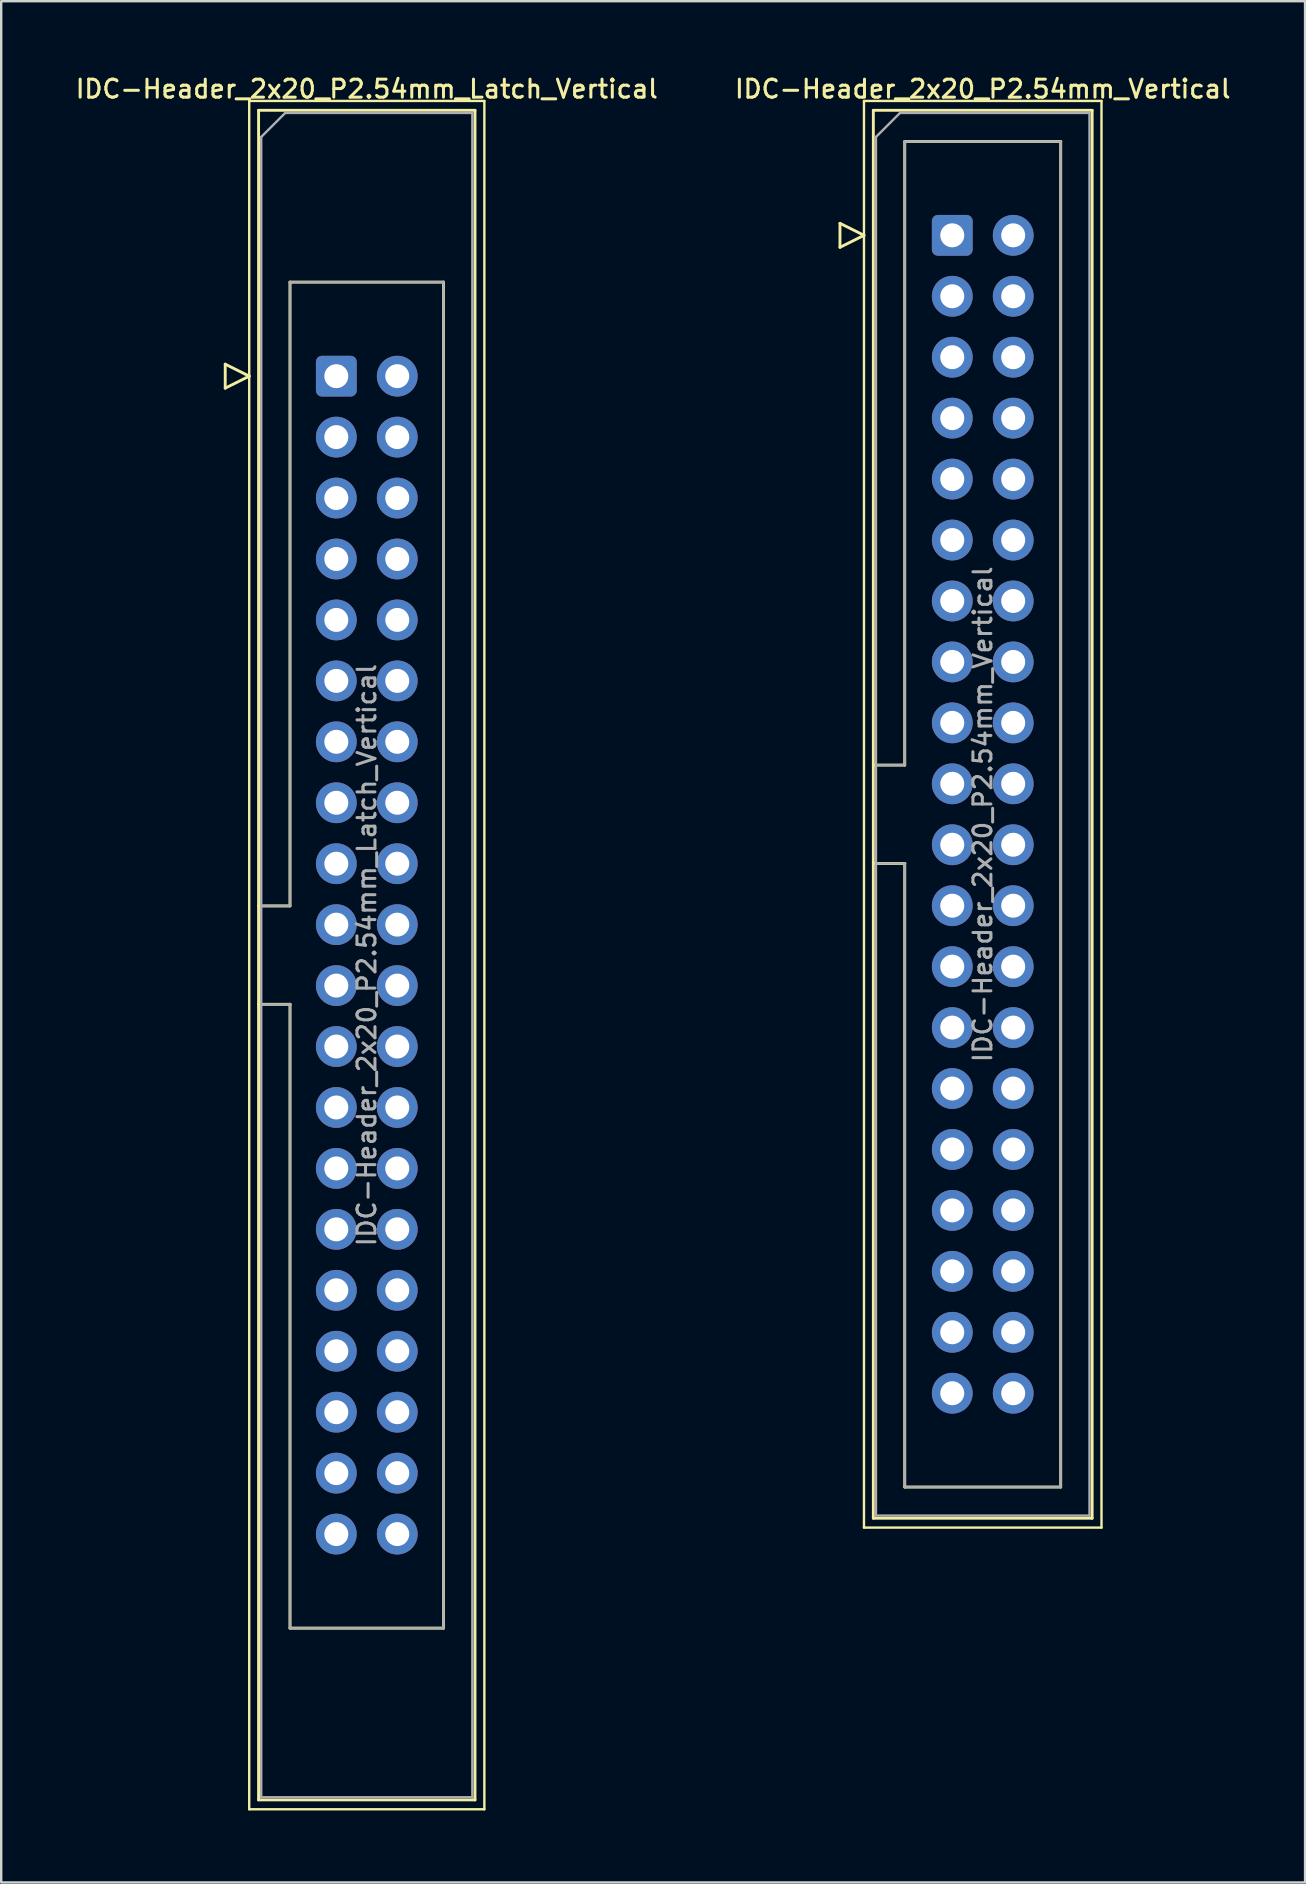
<source format=kicad_pcb>
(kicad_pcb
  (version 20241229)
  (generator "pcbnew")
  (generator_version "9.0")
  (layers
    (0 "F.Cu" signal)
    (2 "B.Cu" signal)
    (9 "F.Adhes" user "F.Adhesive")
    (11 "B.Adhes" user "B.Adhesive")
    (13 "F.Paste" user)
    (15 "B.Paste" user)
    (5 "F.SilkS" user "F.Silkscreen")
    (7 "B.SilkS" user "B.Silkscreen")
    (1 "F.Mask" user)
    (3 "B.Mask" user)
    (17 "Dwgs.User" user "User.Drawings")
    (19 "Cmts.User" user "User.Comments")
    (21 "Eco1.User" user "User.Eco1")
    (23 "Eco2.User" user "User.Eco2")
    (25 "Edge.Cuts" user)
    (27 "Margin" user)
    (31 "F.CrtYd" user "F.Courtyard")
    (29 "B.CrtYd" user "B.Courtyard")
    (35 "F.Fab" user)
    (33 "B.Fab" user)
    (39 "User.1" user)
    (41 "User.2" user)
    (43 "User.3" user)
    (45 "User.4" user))
  (footprint "IDC-Header_2x20_P2.54mm_Latch_Vertical"
    (layer "F.Cu")
    (at 10.967 12.628)
    (property "Reference" "IDC-Header_2x20_P2.54mm_Latch_Vertical" (at 1.27 -11.97 0) (layer "F.SilkS") (effects (font (size 0.75 0.75) (thickness 0.125))))
    (attr through_hole)
    (fp_line (start -4.63 -0.5) (end -4.63 0.5) (stroke (width 0.12) (type solid)) (layer "F.SilkS"))
    (fp_line (start -4.63 0.5) (end -3.63 0) (stroke (width 0.12) (type solid)) (layer "F.SilkS"))
    (fp_line (start -3.63 -11.47) (end -3.63 59.73) (stroke (width 0.1) (type solid)) (layer "F.SilkS"))
    (fp_line (start -3.63 0) (end -4.63 -0.5) (stroke (width 0.12) (type solid)) (layer "F.SilkS"))
    (fp_line (start -3.63 59.73) (end 6.17 59.73) (stroke (width 0.1) (type solid)) (layer "F.SilkS"))
    (fp_line (start -3.24 -11.08) (end 5.78 -11.08) (stroke (width 0.12) (type solid)) (layer "F.SilkS"))
    (fp_line (start -3.24 22.08) (end -1.93 22.08) (stroke (width 0.12) (type solid)) (layer "F.SilkS"))
    (fp_line (start -3.24 59.34) (end -3.24 -11.08) (stroke (width 0.12) (type solid)) (layer "F.SilkS"))
    (fp_line (start -1.93 -3.92) (end 4.47 -3.92) (stroke (width 0.12) (type solid)) (layer "F.SilkS"))
    (fp_line (start -1.93 22.08) (end -1.93 -3.92) (stroke (width 0.12) (type solid)) (layer "F.SilkS"))
    (fp_line (start -1.93 26.18) (end -3.24 26.18) (stroke (width 0.12) (type solid)) (layer "F.SilkS"))
    (fp_line (start -1.93 26.18) (end -1.93 26.18) (stroke (width 0.12) (type solid)) (layer "F.SilkS"))
    (fp_line (start -1.93 52.18) (end -1.93 26.18) (stroke (width 0.12) (type solid)) (layer "F.SilkS"))
    (fp_line (start 4.47 -3.92) (end 4.47 52.18) (stroke (width 0.12) (type solid)) (layer "F.SilkS"))
    (fp_line (start 4.47 52.18) (end -1.93 52.18) (stroke (width 0.12) (type solid)) (layer "F.SilkS"))
    (fp_line (start 5.78 -11.08) (end 5.78 59.34) (stroke (width 0.12) (type solid)) (layer "F.SilkS"))
    (fp_line (start 5.78 59.34) (end -3.24 59.34) (stroke (width 0.12) (type solid)) (layer "F.SilkS"))
    (fp_line (start 6.17 -11.47) (end -3.63 -11.47) (stroke (width 0.1) (type solid)) (layer "F.SilkS"))
    (fp_line (start 6.17 59.73) (end 6.17 -11.47) (stroke (width 0.1) (type solid)) (layer "F.SilkS"))
    (fp_line (start -3.13 -9.97) (end -2.13 -10.97) (stroke (width 0.1) (type solid)) (layer "F.Fab"))
    (fp_line (start -3.13 22.08) (end -1.93 22.08) (stroke (width 0.1) (type solid)) (layer "F.Fab"))
    (fp_line (start -3.13 59.23) (end -3.13 -9.97) (stroke (width 0.1) (type solid)) (layer "F.Fab"))
    (fp_line (start -2.13 -10.97) (end 5.67 -10.97) (stroke (width 0.1) (type solid)) (layer "F.Fab"))
    (fp_line (start -1.93 -3.92) (end 4.47 -3.92) (stroke (width 0.1) (type solid)) (layer "F.Fab"))
    (fp_line (start -1.93 22.08) (end -1.93 -3.92) (stroke (width 0.1) (type solid)) (layer "F.Fab"))
    (fp_line (start -1.93 26.18) (end -3.13 26.18) (stroke (width 0.1) (type solid)) (layer "F.Fab"))
    (fp_line (start -1.93 26.18) (end -1.93 26.18) (stroke (width 0.1) (type solid)) (layer "F.Fab"))
    (fp_line (start -1.93 52.18) (end -1.93 26.18) (stroke (width 0.1) (type solid)) (layer "F.Fab"))
    (fp_line (start 4.47 -3.92) (end 4.47 52.18) (stroke (width 0.1) (type solid)) (layer "F.Fab"))
    (fp_line (start 4.47 52.18) (end -1.93 52.18) (stroke (width 0.1) (type solid)) (layer "F.Fab"))
    (fp_line (start 5.67 -10.97) (end 5.67 59.23) (stroke (width 0.1) (type solid)) (layer "F.Fab"))
    (fp_line (start 5.67 59.23) (end -3.13 59.23) (stroke (width 0.1) (type solid)) (layer "F.Fab"))
    (fp_text user "${REFERENCE}" (at 1.27 24.13 90) (layer "F.Fab") (effects (font (size 0.75 0.75) (thickness 0.125))))
    (pad "1" thru_hole roundrect (at 0 0) (size 1.7 1.7) (drill 1) (layers "*.Cu" "*.Mask") (roundrect_rratio 0.147))
    (pad "2" thru_hole circle (at 2.54 0) (size 1.7 1.7) (drill 1) (layers "*.Cu" "*.Mask"))
    (pad "3" thru_hole circle (at 0 2.54) (size 1.7 1.7) (drill 1) (layers "*.Cu" "*.Mask"))
    (pad "4" thru_hole circle (at 2.54 2.54) (size 1.7 1.7) (drill 1) (layers "*.Cu" "*.Mask"))
    (pad "5" thru_hole circle (at 0 5.08) (size 1.7 1.7) (drill 1) (layers "*.Cu" "*.Mask"))
    (pad "6" thru_hole circle (at 2.54 5.08) (size 1.7 1.7) (drill 1) (layers "*.Cu" "*.Mask"))
    (pad "7" thru_hole circle (at 0 7.62) (size 1.7 1.7) (drill 1) (layers "*.Cu" "*.Mask"))
    (pad "8" thru_hole circle (at 2.54 7.62) (size 1.7 1.7) (drill 1) (layers "*.Cu" "*.Mask"))
    (pad "9" thru_hole circle (at 0 10.16) (size 1.7 1.7) (drill 1) (layers "*.Cu" "*.Mask"))
    (pad "10" thru_hole circle (at 2.54 10.16) (size 1.7 1.7) (drill 1) (layers "*.Cu" "*.Mask"))
    (pad "11" thru_hole circle (at 0 12.7) (size 1.7 1.7) (drill 1) (layers "*.Cu" "*.Mask"))
    (pad "12" thru_hole circle (at 2.54 12.7) (size 1.7 1.7) (drill 1) (layers "*.Cu" "*.Mask"))
    (pad "13" thru_hole circle (at 0 15.24) (size 1.7 1.7) (drill 1) (layers "*.Cu" "*.Mask"))
    (pad "14" thru_hole circle (at 2.54 15.24) (size 1.7 1.7) (drill 1) (layers "*.Cu" "*.Mask"))
    (pad "15" thru_hole circle (at 0 17.78) (size 1.7 1.7) (drill 1) (layers "*.Cu" "*.Mask"))
    (pad "16" thru_hole circle (at 2.54 17.78) (size 1.7 1.7) (drill 1) (layers "*.Cu" "*.Mask"))
    (pad "17" thru_hole circle (at 0 20.32) (size 1.7 1.7) (drill 1) (layers "*.Cu" "*.Mask"))
    (pad "18" thru_hole circle (at 2.54 20.32) (size 1.7 1.7) (drill 1) (layers "*.Cu" "*.Mask"))
    (pad "19" thru_hole circle (at 0 22.86) (size 1.7 1.7) (drill 1) (layers "*.Cu" "*.Mask"))
    (pad "20" thru_hole circle (at 2.54 22.86) (size 1.7 1.7) (drill 1) (layers "*.Cu" "*.Mask"))
    (pad "21" thru_hole circle (at 0 25.4) (size 1.7 1.7) (drill 1) (layers "*.Cu" "*.Mask"))
    (pad "22" thru_hole circle (at 2.54 25.4) (size 1.7 1.7) (drill 1) (layers "*.Cu" "*.Mask"))
    (pad "23" thru_hole circle (at 0 27.94) (size 1.7 1.7) (drill 1) (layers "*.Cu" "*.Mask"))
    (pad "24" thru_hole circle (at 2.54 27.94) (size 1.7 1.7) (drill 1) (layers "*.Cu" "*.Mask"))
    (pad "25" thru_hole circle (at 0 30.48) (size 1.7 1.7) (drill 1) (layers "*.Cu" "*.Mask"))
    (pad "26" thru_hole circle (at 2.54 30.48) (size 1.7 1.7) (drill 1) (layers "*.Cu" "*.Mask"))
    (pad "27" thru_hole circle (at 0 33.02) (size 1.7 1.7) (drill 1) (layers "*.Cu" "*.Mask"))
    (pad "28" thru_hole circle (at 2.54 33.02) (size 1.7 1.7) (drill 1) (layers "*.Cu" "*.Mask"))
    (pad "29" thru_hole circle (at 0 35.56) (size 1.7 1.7) (drill 1) (layers "*.Cu" "*.Mask"))
    (pad "30" thru_hole circle (at 2.54 35.56) (size 1.7 1.7) (drill 1) (layers "*.Cu" "*.Mask"))
    (pad "31" thru_hole circle (at 0 38.1) (size 1.7 1.7) (drill 1) (layers "*.Cu" "*.Mask"))
    (pad "32" thru_hole circle (at 2.54 38.1) (size 1.7 1.7) (drill 1) (layers "*.Cu" "*.Mask"))
    (pad "33" thru_hole circle (at 0 40.64) (size 1.7 1.7) (drill 1) (layers "*.Cu" "*.Mask"))
    (pad "34" thru_hole circle (at 2.54 40.64) (size 1.7 1.7) (drill 1) (layers "*.Cu" "*.Mask"))
    (pad "35" thru_hole circle (at 0 43.18) (size 1.7 1.7) (drill 1) (layers "*.Cu" "*.Mask"))
    (pad "36" thru_hole circle (at 2.54 43.18) (size 1.7 1.7) (drill 1) (layers "*.Cu" "*.Mask"))
    (pad "37" thru_hole circle (at 0 45.72) (size 1.7 1.7) (drill 1) (layers "*.Cu" "*.Mask"))
    (pad "38" thru_hole circle (at 2.54 45.72) (size 1.7 1.7) (drill 1) (layers "*.Cu" "*.Mask"))
    (pad "39" thru_hole circle (at 0 48.26) (size 1.7 1.7) (drill 1) (layers "*.Cu" "*.Mask"))
    (pad "40" thru_hole circle (at 2.54 48.26) (size 1.7 1.7) (drill 1) (layers "*.Cu" "*.Mask")))
  (footprint "IDC-Header_2x20_P2.54mm_Vertical"
    (layer "F.Cu")
    (at 36.639 6.758)
    (property "Reference" "IDC-Header_2x20_P2.54mm_Vertical" (at 1.27 -6.1 0) (layer "F.SilkS") (effects (font (size 0.75 0.75) (thickness 0.125))))
    (attr through_hole)
    (fp_line (start -4.68 -0.5) (end -4.68 0.5) (stroke (width 0.12) (type solid)) (layer "F.SilkS"))
    (fp_line (start -4.68 0.5) (end -3.68 0) (stroke (width 0.12) (type solid)) (layer "F.SilkS"))
    (fp_line (start -3.68 -5.6) (end -3.68 53.86) (stroke (width 0.1) (type solid)) (layer "F.SilkS"))
    (fp_line (start -3.68 0) (end -4.68 -0.5) (stroke (width 0.12) (type solid)) (layer "F.SilkS"))
    (fp_line (start -3.68 53.86) (end 6.22 53.86) (stroke (width 0.1) (type solid)) (layer "F.SilkS"))
    (fp_line (start -3.29 -5.21) (end 5.83 -5.21) (stroke (width 0.12) (type solid)) (layer "F.SilkS"))
    (fp_line (start -3.29 22.08) (end -1.98 22.08) (stroke (width 0.12) (type solid)) (layer "F.SilkS"))
    (fp_line (start -3.29 53.47) (end -3.29 -5.21) (stroke (width 0.12) (type solid)) (layer "F.SilkS"))
    (fp_line (start -1.98 -3.91) (end 4.52 -3.91) (stroke (width 0.12) (type solid)) (layer "F.SilkS"))
    (fp_line (start -1.98 22.08) (end -1.98 -3.91) (stroke (width 0.12) (type solid)) (layer "F.SilkS"))
    (fp_line (start -1.98 26.18) (end -3.29 26.18) (stroke (width 0.12) (type solid)) (layer "F.SilkS"))
    (fp_line (start -1.98 26.18) (end -1.98 26.18) (stroke (width 0.12) (type solid)) (layer "F.SilkS"))
    (fp_line (start -1.98 52.17) (end -1.98 26.18) (stroke (width 0.12) (type solid)) (layer "F.SilkS"))
    (fp_line (start 4.52 -3.91) (end 4.52 52.17) (stroke (width 0.12) (type solid)) (layer "F.SilkS"))
    (fp_line (start 4.52 52.17) (end -1.98 52.17) (stroke (width 0.12) (type solid)) (layer "F.SilkS"))
    (fp_line (start 5.83 -5.21) (end 5.83 53.47) (stroke (width 0.12) (type solid)) (layer "F.SilkS"))
    (fp_line (start 5.83 53.47) (end -3.29 53.47) (stroke (width 0.12) (type solid)) (layer "F.SilkS"))
    (fp_line (start 6.22 -5.6) (end -3.68 -5.6) (stroke (width 0.1) (type solid)) (layer "F.SilkS"))
    (fp_line (start 6.22 53.86) (end 6.22 -5.6) (stroke (width 0.1) (type solid)) (layer "F.SilkS"))
    (fp_line (start -3.18 -4.1) (end -2.18 -5.1) (stroke (width 0.1) (type solid)) (layer "F.Fab"))
    (fp_line (start -3.18 22.08) (end -1.98 22.08) (stroke (width 0.1) (type solid)) (layer "F.Fab"))
    (fp_line (start -3.18 53.36) (end -3.18 -4.1) (stroke (width 0.1) (type solid)) (layer "F.Fab"))
    (fp_line (start -2.18 -5.1) (end 5.72 -5.1) (stroke (width 0.1) (type solid)) (layer "F.Fab"))
    (fp_line (start -1.98 -3.91) (end 4.52 -3.91) (stroke (width 0.1) (type solid)) (layer "F.Fab"))
    (fp_line (start -1.98 22.08) (end -1.98 -3.91) (stroke (width 0.1) (type solid)) (layer "F.Fab"))
    (fp_line (start -1.98 26.18) (end -3.18 26.18) (stroke (width 0.1) (type solid)) (layer "F.Fab"))
    (fp_line (start -1.98 26.18) (end -1.98 26.18) (stroke (width 0.1) (type solid)) (layer "F.Fab"))
    (fp_line (start -1.98 52.17) (end -1.98 26.18) (stroke (width 0.1) (type solid)) (layer "F.Fab"))
    (fp_line (start 4.52 -3.91) (end 4.52 52.17) (stroke (width 0.1) (type solid)) (layer "F.Fab"))
    (fp_line (start 4.52 52.17) (end -1.98 52.17) (stroke (width 0.1) (type solid)) (layer "F.Fab"))
    (fp_line (start 5.72 -5.1) (end 5.72 53.36) (stroke (width 0.1) (type solid)) (layer "F.Fab"))
    (fp_line (start 5.72 53.36) (end -3.18 53.36) (stroke (width 0.1) (type solid)) (layer "F.Fab"))
    (fp_text user "${REFERENCE}" (at 1.27 24.13 90) (layer "F.Fab") (effects (font (size 0.75 0.75) (thickness 0.125))))
    (pad "1" thru_hole roundrect (at 0 0) (size 1.7 1.7) (drill 1) (layers "*.Cu" "*.Mask") (roundrect_rratio 0.147))
    (pad "2" thru_hole circle (at 2.54 0) (size 1.7 1.7) (drill 1) (layers "*.Cu" "*.Mask"))
    (pad "3" thru_hole circle (at 0 2.54) (size 1.7 1.7) (drill 1) (layers "*.Cu" "*.Mask"))
    (pad "4" thru_hole circle (at 2.54 2.54) (size 1.7 1.7) (drill 1) (layers "*.Cu" "*.Mask"))
    (pad "5" thru_hole circle (at 0 5.08) (size 1.7 1.7) (drill 1) (layers "*.Cu" "*.Mask"))
    (pad "6" thru_hole circle (at 2.54 5.08) (size 1.7 1.7) (drill 1) (layers "*.Cu" "*.Mask"))
    (pad "7" thru_hole circle (at 0 7.62) (size 1.7 1.7) (drill 1) (layers "*.Cu" "*.Mask"))
    (pad "8" thru_hole circle (at 2.54 7.62) (size 1.7 1.7) (drill 1) (layers "*.Cu" "*.Mask"))
    (pad "9" thru_hole circle (at 0 10.16) (size 1.7 1.7) (drill 1) (layers "*.Cu" "*.Mask"))
    (pad "10" thru_hole circle (at 2.54 10.16) (size 1.7 1.7) (drill 1) (layers "*.Cu" "*.Mask"))
    (pad "11" thru_hole circle (at 0 12.7) (size 1.7 1.7) (drill 1) (layers "*.Cu" "*.Mask"))
    (pad "12" thru_hole circle (at 2.54 12.7) (size 1.7 1.7) (drill 1) (layers "*.Cu" "*.Mask"))
    (pad "13" thru_hole circle (at 0 15.24) (size 1.7 1.7) (drill 1) (layers "*.Cu" "*.Mask"))
    (pad "14" thru_hole circle (at 2.54 15.24) (size 1.7 1.7) (drill 1) (layers "*.Cu" "*.Mask"))
    (pad "15" thru_hole circle (at 0 17.78) (size 1.7 1.7) (drill 1) (layers "*.Cu" "*.Mask"))
    (pad "16" thru_hole circle (at 2.54 17.78) (size 1.7 1.7) (drill 1) (layers "*.Cu" "*.Mask"))
    (pad "17" thru_hole circle (at 0 20.32) (size 1.7 1.7) (drill 1) (layers "*.Cu" "*.Mask"))
    (pad "18" thru_hole circle (at 2.54 20.32) (size 1.7 1.7) (drill 1) (layers "*.Cu" "*.Mask"))
    (pad "19" thru_hole circle (at 0 22.86) (size 1.7 1.7) (drill 1) (layers "*.Cu" "*.Mask"))
    (pad "20" thru_hole circle (at 2.54 22.86) (size 1.7 1.7) (drill 1) (layers "*.Cu" "*.Mask"))
    (pad "21" thru_hole circle (at 0 25.4) (size 1.7 1.7) (drill 1) (layers "*.Cu" "*.Mask"))
    (pad "22" thru_hole circle (at 2.54 25.4) (size 1.7 1.7) (drill 1) (layers "*.Cu" "*.Mask"))
    (pad "23" thru_hole circle (at 0 27.94) (size 1.7 1.7) (drill 1) (layers "*.Cu" "*.Mask"))
    (pad "24" thru_hole circle (at 2.54 27.94) (size 1.7 1.7) (drill 1) (layers "*.Cu" "*.Mask"))
    (pad "25" thru_hole circle (at 0 30.48) (size 1.7 1.7) (drill 1) (layers "*.Cu" "*.Mask"))
    (pad "26" thru_hole circle (at 2.54 30.48) (size 1.7 1.7) (drill 1) (layers "*.Cu" "*.Mask"))
    (pad "27" thru_hole circle (at 0 33.02) (size 1.7 1.7) (drill 1) (layers "*.Cu" "*.Mask"))
    (pad "28" thru_hole circle (at 2.54 33.02) (size 1.7 1.7) (drill 1) (layers "*.Cu" "*.Mask"))
    (pad "29" thru_hole circle (at 0 35.56) (size 1.7 1.7) (drill 1) (layers "*.Cu" "*.Mask"))
    (pad "30" thru_hole circle (at 2.54 35.56) (size 1.7 1.7) (drill 1) (layers "*.Cu" "*.Mask"))
    (pad "31" thru_hole circle (at 0 38.1) (size 1.7 1.7) (drill 1) (layers "*.Cu" "*.Mask"))
    (pad "32" thru_hole circle (at 2.54 38.1) (size 1.7 1.7) (drill 1) (layers "*.Cu" "*.Mask"))
    (pad "33" thru_hole circle (at 0 40.64) (size 1.7 1.7) (drill 1) (layers "*.Cu" "*.Mask"))
    (pad "34" thru_hole circle (at 2.54 40.64) (size 1.7 1.7) (drill 1) (layers "*.Cu" "*.Mask"))
    (pad "35" thru_hole circle (at 0 43.18) (size 1.7 1.7) (drill 1) (layers "*.Cu" "*.Mask"))
    (pad "36" thru_hole circle (at 2.54 43.18) (size 1.7 1.7) (drill 1) (layers "*.Cu" "*.Mask"))
    (pad "37" thru_hole circle (at 0 45.72) (size 1.7 1.7) (drill 1) (layers "*.Cu" "*.Mask"))
    (pad "38" thru_hole circle (at 2.54 45.72) (size 1.7 1.7) (drill 1) (layers "*.Cu" "*.Mask"))
    (pad "39" thru_hole circle (at 0 48.26) (size 1.7 1.7) (drill 1) (layers "*.Cu" "*.Mask"))
    (pad "40" thru_hole circle (at 2.54 48.26) (size 1.7 1.7) (drill 1) (layers "*.Cu" "*.Mask")))
  (gr_rect
    (start -3 -3)
    (end 51.343 75.408)
    (stroke (width 0.1) (type default))
    (fill no)
    (layer "Edge.Cuts")))
</source>
